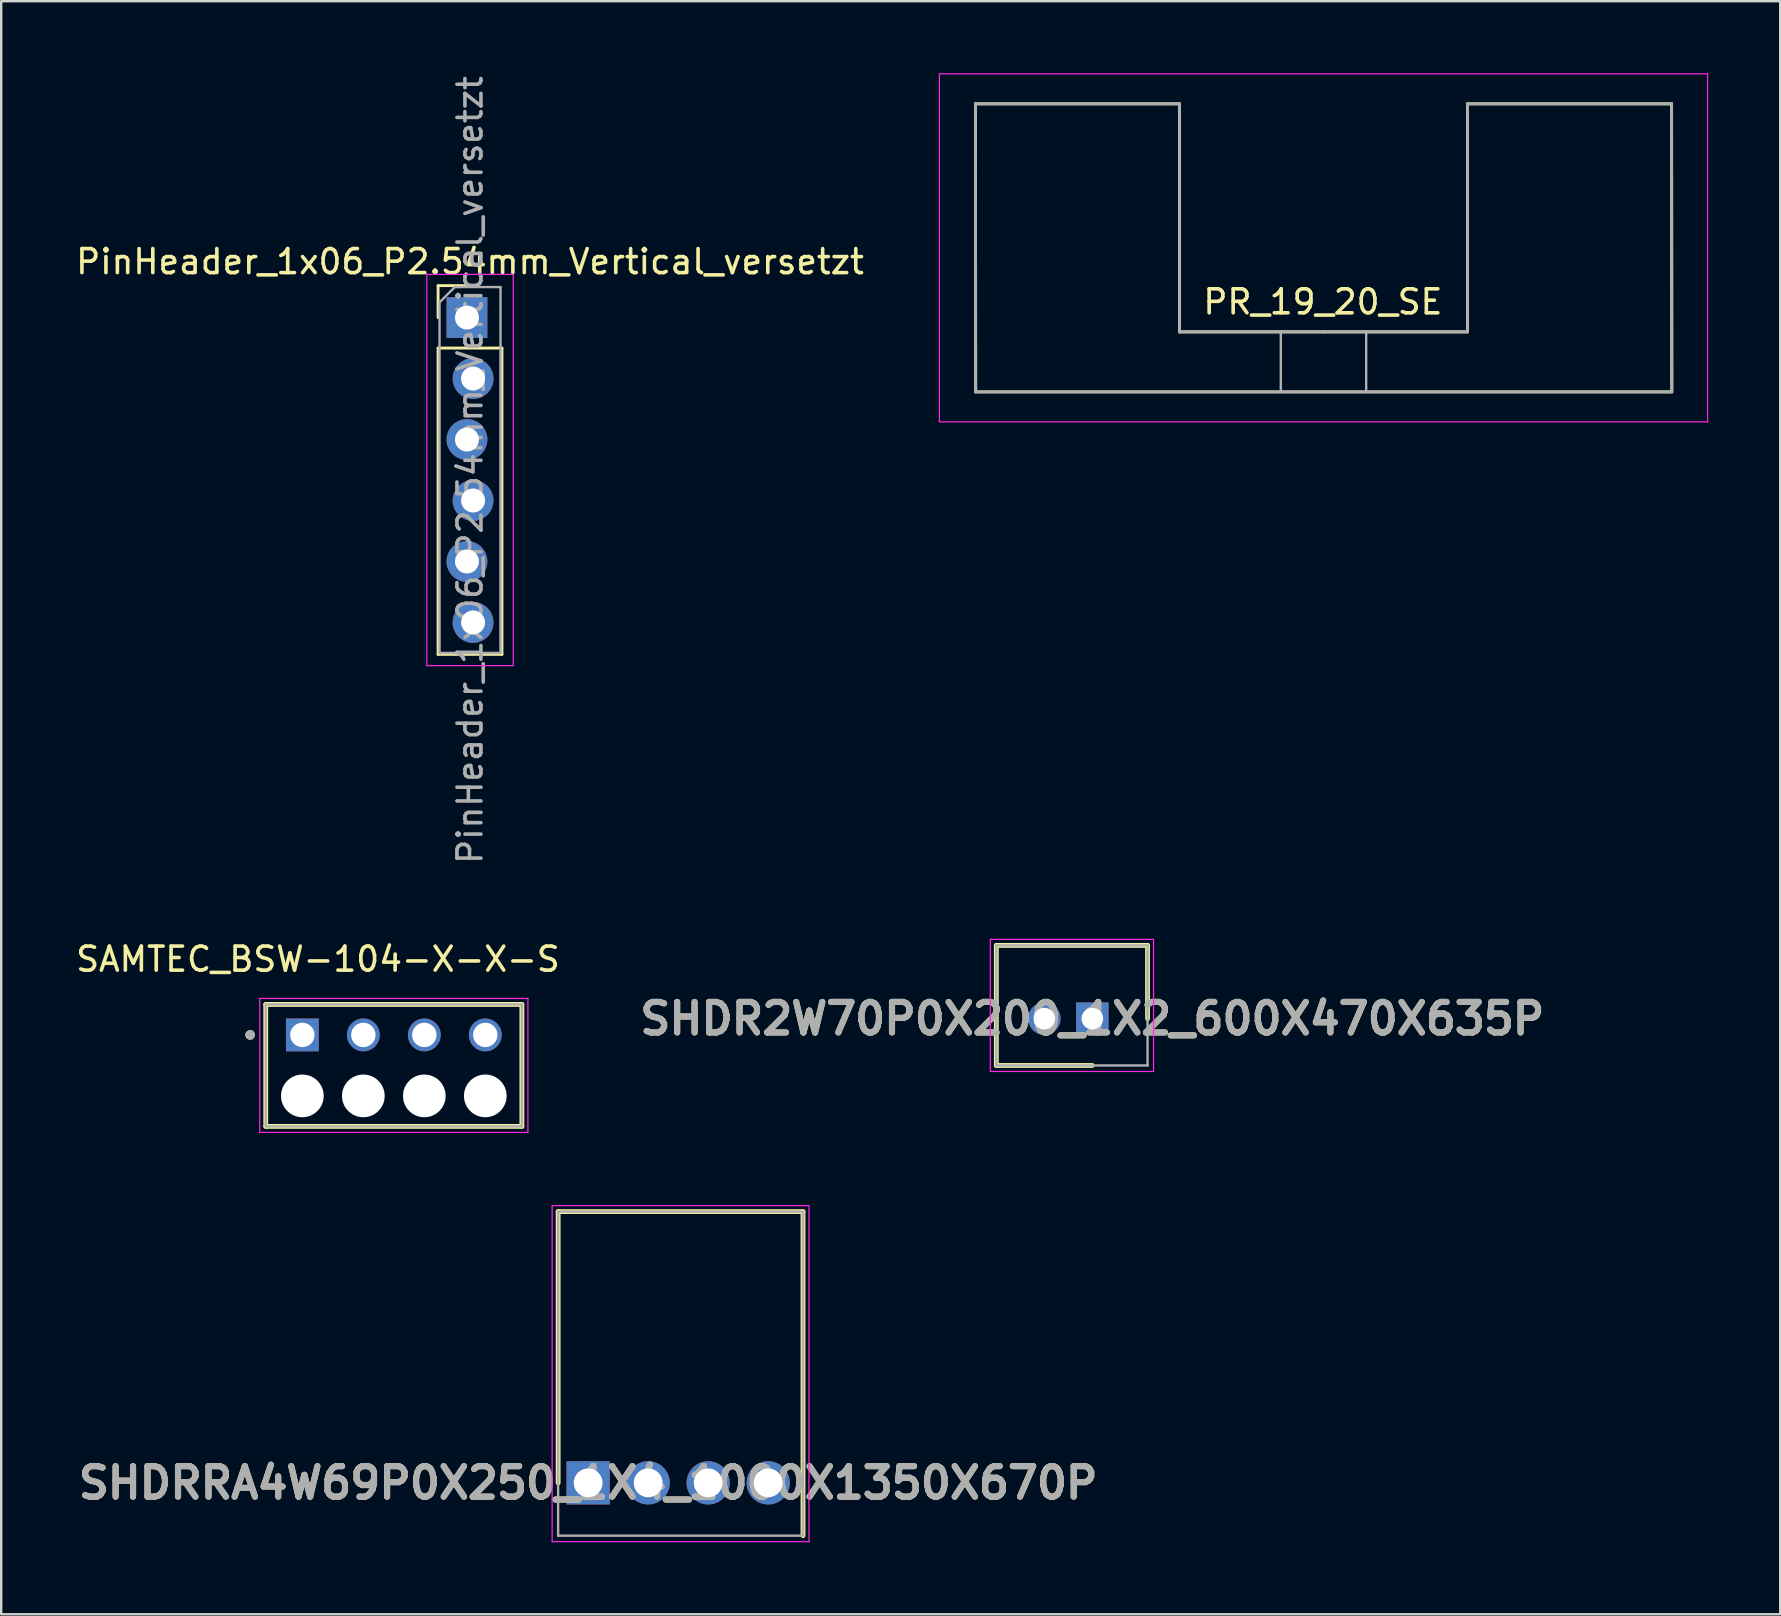
<source format=kicad_pcb>
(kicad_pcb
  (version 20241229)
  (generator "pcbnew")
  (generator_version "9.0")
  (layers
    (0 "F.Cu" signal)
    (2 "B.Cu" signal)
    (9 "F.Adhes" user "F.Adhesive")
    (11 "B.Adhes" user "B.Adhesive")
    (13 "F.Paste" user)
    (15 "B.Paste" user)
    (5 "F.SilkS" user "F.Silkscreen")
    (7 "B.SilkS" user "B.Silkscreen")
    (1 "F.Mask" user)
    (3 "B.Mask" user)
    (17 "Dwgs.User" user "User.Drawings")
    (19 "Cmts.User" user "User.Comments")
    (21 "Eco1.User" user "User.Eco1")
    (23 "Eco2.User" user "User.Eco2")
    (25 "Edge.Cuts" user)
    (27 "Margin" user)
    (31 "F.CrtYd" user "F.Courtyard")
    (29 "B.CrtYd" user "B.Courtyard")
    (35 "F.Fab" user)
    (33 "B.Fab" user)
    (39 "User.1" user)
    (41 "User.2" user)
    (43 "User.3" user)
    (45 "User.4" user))
  (footprint "SHDR2W70P0X200_1X2_600X470X635P"
    (layer "F.Cu")
    (at 42.455 39.385)
    (property "Reference" "SHDR2W70P0X200_1X2_600X470X635P" (at 0 0 0) (layer "F.SilkS") (effects (font (size 1.27 1.27) (thickness 0.254))))
    (attr through_hole)
    (fp_line (start -4 -3.05) (end 2.3 -3.05) (stroke (width 0.2) (type solid)) (layer "F.SilkS"))
    (fp_line (start -4 1.95) (end -4 -3.05) (stroke (width 0.2) (type solid)) (layer "F.SilkS"))
    (fp_line (start 0 1.95) (end -4 1.95) (stroke (width 0.2) (type solid)) (layer "F.SilkS"))
    (fp_line (start 2.3 -3.05) (end 2.3 0) (stroke (width 0.2) (type solid)) (layer "F.SilkS"))
    (fp_line (start -4.25 -3.3) (end 2.55 -3.3) (stroke (width 0.05) (type solid)) (layer "F.CrtYd"))
    (fp_line (start -4.25 2.2) (end -4.25 -3.3) (stroke (width 0.05) (type solid)) (layer "F.CrtYd"))
    (fp_line (start 2.55 -3.3) (end 2.55 2.2) (stroke (width 0.05) (type solid)) (layer "F.CrtYd"))
    (fp_line (start 2.55 2.2) (end -4.25 2.2) (stroke (width 0.05) (type solid)) (layer "F.CrtYd"))
    (fp_line (start -4 -3.05) (end 2.3 -3.05) (stroke (width 0.1) (type solid)) (layer "F.Fab"))
    (fp_line (start -4 1.95) (end -4 -3.05) (stroke (width 0.1) (type solid)) (layer "F.Fab"))
    (fp_line (start 2.3 -3.05) (end 2.3 1.95) (stroke (width 0.1) (type solid)) (layer "F.Fab"))
    (fp_line (start 2.3 1.95) (end -4 1.95) (stroke (width 0.1) (type solid)) (layer "F.Fab"))
    (fp_text user "${REFERENCE}" (at 0 0 0) (layer "F.Fab") (effects (font (size 1.27 1.27) (thickness 0.254))))
    (pad "1" thru_hole rect (at 0 0) (size 1.35 1.35) (drill 0.9) (layers "*.Cu" "*.Mask"))
    (pad "2" thru_hole circle (at -2 0) (size 1.35 1.35) (drill 0.9) (layers "*.Cu" "*.Mask")))
  (footprint "PinHeader_1x06_P2.54mm_Vertical_versetzt"
    (layer "F.Cu")
    (at 16.53 10.18)
    (property "Reference" "PinHeader_1x06_P2.54mm_Vertical_versetzt" (at 0 -2.33 0) (layer "F.SilkS") (effects (font (size 1 1) (thickness 0.15))))
    (attr through_hole)
    (fp_line (start -1.33 -1.33) (end 0 -1.33) (stroke (width 0.12) (type solid)) (layer "F.SilkS"))
    (fp_line (start -1.33 0) (end -1.33 -1.33) (stroke (width 0.12) (type solid)) (layer "F.SilkS"))
    (fp_line (start -1.33 1.27) (end -1.33 14.03) (stroke (width 0.12) (type solid)) (layer "F.SilkS"))
    (fp_line (start -1.33 1.27) (end 1.33 1.27) (stroke (width 0.12) (type solid)) (layer "F.SilkS"))
    (fp_line (start -1.33 14.03) (end 1.33 14.03) (stroke (width 0.12) (type solid)) (layer "F.SilkS"))
    (fp_line (start 1.33 1.27) (end 1.33 14.03) (stroke (width 0.12) (type solid)) (layer "F.SilkS"))
    (fp_line (start -1.8 -1.8) (end -1.8 14.5) (stroke (width 0.05) (type solid)) (layer "F.CrtYd"))
    (fp_line (start -1.8 14.5) (end 1.8 14.5) (stroke (width 0.05) (type solid)) (layer "F.CrtYd"))
    (fp_line (start 1.8 -1.8) (end -1.8 -1.8) (stroke (width 0.05) (type solid)) (layer "F.CrtYd"))
    (fp_line (start 1.8 14.5) (end 1.8 -1.8) (stroke (width 0.05) (type solid)) (layer "F.CrtYd"))
    (fp_line (start -1.27 -0.635) (end -0.635 -1.27) (stroke (width 0.1) (type solid)) (layer "F.Fab"))
    (fp_line (start -1.27 13.97) (end -1.27 -0.635) (stroke (width 0.1) (type solid)) (layer "F.Fab"))
    (fp_line (start -0.635 -1.27) (end 1.27 -1.27) (stroke (width 0.1) (type solid)) (layer "F.Fab"))
    (fp_line (start 1.27 -1.27) (end 1.27 13.97) (stroke (width 0.1) (type solid)) (layer "F.Fab"))
    (fp_line (start 1.27 13.97) (end -1.27 13.97) (stroke (width 0.1) (type solid)) (layer "F.Fab"))
    (fp_text user "${REFERENCE}" (at 0 6.35 90) (layer "F.Fab") (effects (font (size 1 1) (thickness 0.15))))
    (pad "1" thru_hole rect (at -0.127 0) (size 1.7 1.7) (drill 1) (layers "*.Cu" "*.Mask"))
    (pad "2" thru_hole oval (at 0.127 2.54) (size 1.7 1.7) (drill 1) (layers "*.Cu" "*.Mask"))
    (pad "3" thru_hole oval (at -0.127 5.08) (size 1.7 1.7) (drill 1) (layers "*.Cu" "*.Mask"))
    (pad "4" thru_hole oval (at 0.127 7.62) (size 1.7 1.7) (drill 1) (layers "*.Cu" "*.Mask"))
    (pad "5" thru_hole oval (at -0.127 10.16) (size 1.7 1.7) (drill 1) (layers "*.Cu" "*.Mask"))
    (pad "6" thru_hole oval (at 0.127 12.7) (size 1.7 1.7) (drill 1) (layers "*.Cu" "*.Mask")))
  (footprint "SHDRRA4W69P0X250_1X4_1000X1350X670P"
    (layer "F.Cu")
    (at 21.451 58.723)
    (property "Reference" "SHDRRA4W69P0X250_1X4_1000X1350X670P" (at 0 0 0) (layer "F.SilkS") (effects (font (size 1.27 1.27) (thickness 0.254))))
    (attr through_hole)
    (fp_line (start -1.25 -11.3) (end 8.95 -11.3) (stroke (width 0.2) (type solid)) (layer "F.SilkS"))
    (fp_line (start -1.25 0) (end -1.25 -11.3) (stroke (width 0.2) (type solid)) (layer "F.SilkS"))
    (fp_line (start 8.95 -11.3) (end 8.95 2.2) (stroke (width 0.2) (type solid)) (layer "F.SilkS"))
    (fp_line (start -1.5 -11.55) (end -1.5 2.45) (stroke (width 0.05) (type solid)) (layer "F.CrtYd"))
    (fp_line (start -1.5 2.45) (end 9.2 2.45) (stroke (width 0.05) (type solid)) (layer "F.CrtYd"))
    (fp_line (start 9.2 -11.55) (end -1.5 -11.55) (stroke (width 0.05) (type solid)) (layer "F.CrtYd"))
    (fp_line (start 9.2 2.45) (end 9.2 -11.55) (stroke (width 0.05) (type solid)) (layer "F.CrtYd"))
    (fp_line (start -1.25 -11.3) (end 8.95 -11.3) (stroke (width 0.1) (type solid)) (layer "F.Fab"))
    (fp_line (start -1.25 2.2) (end -1.25 -11.3) (stroke (width 0.1) (type solid)) (layer "F.Fab"))
    (fp_line (start 8.95 -11.3) (end 8.95 2.2) (stroke (width 0.1) (type solid)) (layer "F.Fab"))
    (fp_line (start 8.95 2.2) (end -1.25 2.2) (stroke (width 0.1) (type solid)) (layer "F.Fab"))
    (fp_text user "${REFERENCE}" (at 0 0 0) (layer "F.Fab") (effects (font (size 1.27 1.27) (thickness 0.254))))
    (pad "1" thru_hole rect (at 0 0) (size 1.8 1.8) (drill 1.2) (layers "*.Cu" "*.Mask"))
    (pad "2" thru_hole circle (at 2.5 0) (size 1.8 1.8) (drill 1.2) (layers "*.Cu" "*.Mask"))
    (pad "3" thru_hole circle (at 5 0) (size 1.8 1.8) (drill 1.2) (layers "*.Cu" "*.Mask"))
    (pad "4" thru_hole circle (at 7.5 0) (size 1.8 1.8) (drill 1.2) (layers "*.Cu" "*.Mask")))
  (footprint "PR_19_20_SE"
    (layer "F.Cu")
    (at 52.085 12.025)
    (property "Reference" "PR_19_20_SE" (at -0.025 -2.5 0) (layer "F.SilkS") (effects (font (size 1 1) (thickness 0.15))))
    (attr through_hole)
    (fp_line (start -14.5 -10.75) (end -14.49 1.25) (stroke (width 0.12) (type solid)) (layer "F.SilkS"))
    (fp_line (start -14.49 1.25) (end 14.51 1.25) (stroke (width 0.12) (type solid)) (layer "F.SilkS"))
    (fp_line (start -6 -10.75) (end -14.5 -10.75) (stroke (width 0.12) (type solid)) (layer "F.SilkS"))
    (fp_line (start -6 -1.25) (end -6 -10.75) (stroke (width 0.12) (type solid)) (layer "F.SilkS"))
    (fp_line (start 0 -1.25) (end -6 -1.25) (stroke (width 0.12) (type solid)) (layer "F.SilkS"))
    (fp_line (start 0 -1.25) (end 6 -1.25) (stroke (width 0.12) (type solid)) (layer "F.SilkS"))
    (fp_line (start 6 -10.75) (end 14.5 -10.75) (stroke (width 0.12) (type solid)) (layer "F.SilkS"))
    (fp_line (start 6 -1.25) (end 6 -10.75) (stroke (width 0.12) (type solid)) (layer "F.SilkS"))
    (fp_line (start 14.51 1.25) (end 14.5 -10.75) (stroke (width 0.12) (type solid)) (layer "F.SilkS"))
    (fp_line (start -16 -12) (end -16 2.5) (stroke (width 0.05) (type solid)) (layer "F.CrtYd"))
    (fp_line (start -16 -12) (end 16 -12) (stroke (width 0.05) (type solid)) (layer "F.CrtYd"))
    (fp_line (start 16 -12) (end 16 2.5) (stroke (width 0.05) (type solid)) (layer "F.CrtYd"))
    (fp_line (start 16 2.5) (end -16 2.5) (stroke (width 0.05) (type solid)) (layer "F.CrtYd"))
    (fp_line (start -14.5 -10.75) (end -14.49 1.25) (stroke (width 0.12) (type solid)) (layer "F.Fab"))
    (fp_line (start -14.49 1.25) (end 14.51 1.25) (stroke (width 0.12) (type solid)) (layer "F.Fab"))
    (fp_line (start -6 -10.75) (end -14.5 -10.75) (stroke (width 0.12) (type solid)) (layer "F.Fab"))
    (fp_line (start -6 -1.25) (end -6 -10.75) (stroke (width 0.12) (type solid)) (layer "F.Fab"))
    (fp_line (start -1.778 1.25) (end -1.778 -1.25) (stroke (width 0.1) (type solid)) (layer "F.Fab"))
    (fp_line (start 0 -1.25) (end -6 -1.25) (stroke (width 0.12) (type solid)) (layer "F.Fab"))
    (fp_line (start 0 -1.25) (end 6 -1.25) (stroke (width 0.12) (type solid)) (layer "F.Fab"))
    (fp_line (start 1.778 -1.25) (end 1.778 1.25) (stroke (width 0.1) (type solid)) (layer "F.Fab"))
    (fp_line (start 6 -10.75) (end 14.5 -10.75) (stroke (width 0.12) (type solid)) (layer "F.Fab"))
    (fp_line (start 6 -1.25) (end 6 -10.75) (stroke (width 0.12) (type solid)) (layer "F.Fab"))
    (fp_line (start 14.5 -10.75) (end 14.49 -10.75) (stroke (width 0.12) (type solid)) (layer "F.Fab"))
    (fp_line (start 14.5 -10.75) (end 14.49 -10.75) (stroke (width 0.12) (type solid)) (layer "F.Fab"))
    (fp_line (start 14.51 1.25) (end 14.5 -10.75) (stroke (width 0.12) (type solid)) (layer "F.Fab")))
  (footprint "SAMTEC_BSW-104-X-X-S"
    (layer "F.Cu")
    (at 13.356 41.333)
    (property "Reference" "SAMTEC_BSW-104-X-X-S" (at -3.16 -4.425 0) (layer "F.SilkS") (effects (font (size 1 1) (thickness 0.15))))
    (attr through_hole)
    (fp_line (start -5.335 -2.54) (end 5.335 -2.54) (stroke (width 0.2) (type solid)) (layer "F.SilkS"))
    (fp_line (start -5.335 2.54) (end -5.335 -2.54) (stroke (width 0.2) (type solid)) (layer "F.SilkS"))
    (fp_line (start 5.335 -2.54) (end 5.335 2.54) (stroke (width 0.2) (type solid)) (layer "F.SilkS"))
    (fp_line (start 5.335 2.54) (end -5.335 2.54) (stroke (width 0.2) (type solid)) (layer "F.SilkS"))
    (fp_circle (center -5.985 -1.27) (end -5.885 -1.27) (stroke (width 0.2) (type solid)) (fill no) (layer "F.SilkS"))
    (fp_line (start -5.585 -2.79) (end 5.585 -2.79) (stroke (width 0.05) (type solid)) (layer "F.CrtYd"))
    (fp_line (start -5.585 2.79) (end -5.585 -2.79) (stroke (width 0.05) (type solid)) (layer "F.CrtYd"))
    (fp_line (start 5.585 -2.79) (end 5.585 2.79) (stroke (width 0.05) (type solid)) (layer "F.CrtYd"))
    (fp_line (start 5.585 2.79) (end -5.585 2.79) (stroke (width 0.05) (type solid)) (layer "F.CrtYd"))
    (fp_line (start -5.335 -2.54) (end -5.335 2.54) (stroke (width 0.1) (type solid)) (layer "F.Fab"))
    (fp_line (start -5.335 2.54) (end 5.335 2.54) (stroke (width 0.1) (type solid)) (layer "F.Fab"))
    (fp_line (start 5.335 -2.54) (end -5.335 -2.54) (stroke (width 0.1) (type solid)) (layer "F.Fab"))
    (fp_line (start 5.335 2.54) (end 5.335 -2.54) (stroke (width 0.1) (type solid)) (layer "F.Fab"))
    (fp_circle (center -5.985 -1.27) (end -5.885 -1.27) (stroke (width 0.2) (type solid)) (fill no) (layer "F.Fab"))
    (pad "" np_thru_hole circle (at -3.81 1.27) (size 1.778 1.778) (drill 1.778) (layers "*.Cu" "*.Mask"))
    (pad "" np_thru_hole circle (at -1.27 1.27) (size 1.778 1.778) (drill 1.778) (layers "*.Cu" "*.Mask"))
    (pad "" np_thru_hole circle (at 1.27 1.27) (size 1.778 1.778) (drill 1.778) (layers "*.Cu" "*.Mask"))
    (pad "" np_thru_hole circle (at 3.81 1.27) (size 1.778 1.778) (drill 1.778) (layers "*.Cu" "*.Mask"))
    (pad "01" thru_hole rect (at -3.81 -1.27) (size 1.366 1.366) (drill 1.016) (layers "*.Cu" "*.Mask"))
    (pad "02" thru_hole circle (at -1.27 -1.27) (size 1.366 1.366) (drill 1.016) (layers "*.Cu" "*.Mask"))
    (pad "03" thru_hole circle (at 1.27 -1.27) (size 1.366 1.366) (drill 1.016) (layers "*.Cu" "*.Mask"))
    (pad "04" thru_hole circle (at 3.81 -1.27) (size 1.366 1.366) (drill 1.016) (layers "*.Cu" "*.Mask")))
  (gr_rect
    (start -3 -3)
    (end 71.11 64.198)
    (stroke (width 0.1) (type default))
    (fill no)
    (layer "Edge.Cuts")))
</source>
